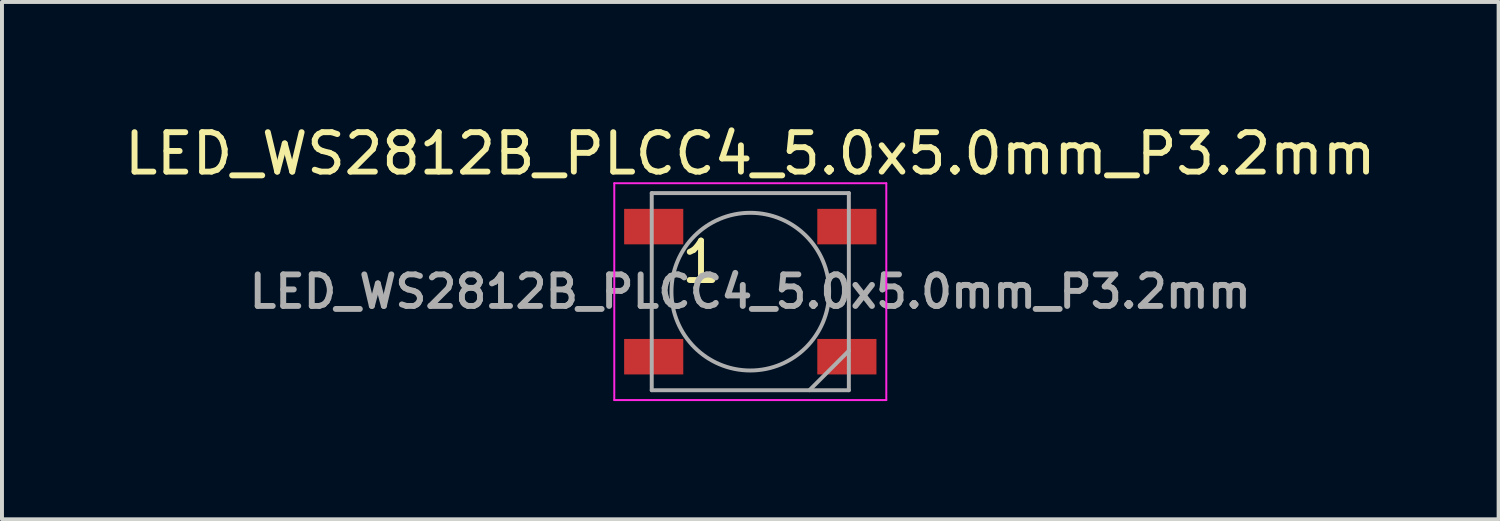
<source format=kicad_pcb>
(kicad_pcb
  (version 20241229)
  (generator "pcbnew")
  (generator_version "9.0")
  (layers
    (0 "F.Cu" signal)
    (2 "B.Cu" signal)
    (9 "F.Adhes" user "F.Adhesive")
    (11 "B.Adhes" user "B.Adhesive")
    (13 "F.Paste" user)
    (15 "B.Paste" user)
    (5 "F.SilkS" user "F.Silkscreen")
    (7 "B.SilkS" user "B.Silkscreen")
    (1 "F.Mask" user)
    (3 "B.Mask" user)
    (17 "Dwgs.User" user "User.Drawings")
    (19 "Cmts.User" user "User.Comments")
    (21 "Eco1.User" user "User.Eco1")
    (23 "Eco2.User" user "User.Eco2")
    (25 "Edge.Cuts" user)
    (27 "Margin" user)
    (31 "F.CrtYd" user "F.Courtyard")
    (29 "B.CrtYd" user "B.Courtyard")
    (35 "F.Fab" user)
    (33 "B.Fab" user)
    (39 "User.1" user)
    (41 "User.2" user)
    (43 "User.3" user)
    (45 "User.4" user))
  (footprint "LED_WS2812B_PLCC4_5.0x5.0mm_P3.2mm"
    (layer "F.Cu")
    (at 15.982 4.348)
    (property "Reference" "LED_WS2812B_PLCC4_5.0x5.0mm_P3.2mm" (at 0 -3.5 0) (layer "F.SilkS") (effects (font (size 1 1) (thickness 0.15))))
    (attr smd)
    (fp_line (start -3.45 -2.75) (end -3.45 2.75) (stroke (width 0.05) (type solid)) (layer "F.CrtYd"))
    (fp_line (start -3.45 2.75) (end 3.45 2.75) (stroke (width 0.05) (type solid)) (layer "F.CrtYd"))
    (fp_line (start 3.45 -2.75) (end -3.45 -2.75) (stroke (width 0.05) (type solid)) (layer "F.CrtYd"))
    (fp_line (start 3.45 2.75) (end 3.45 -2.75) (stroke (width 0.05) (type solid)) (layer "F.CrtYd"))
    (fp_line (start -2.5 -2.5) (end -2.5 2.5) (stroke (width 0.1) (type solid)) (layer "F.Fab"))
    (fp_line (start -2.5 2.5) (end 2.5 2.5) (stroke (width 0.1) (type solid)) (layer "F.Fab"))
    (fp_line (start 2.5 -2.5) (end -2.5 -2.5) (stroke (width 0.1) (type solid)) (layer "F.Fab"))
    (fp_line (start 2.5 1.5) (end 1.5 2.5) (stroke (width 0.1) (type solid)) (layer "F.Fab"))
    (fp_line (start 2.5 2.5) (end 2.5 -2.5) (stroke (width 0.1) (type solid)) (layer "F.Fab"))
    (fp_circle (center 0 0) (end 0 -2) (stroke (width 0.1) (type solid)) (fill no) (layer "F.Fab"))
    (fp_text user "1" (at -1.25 -0.75 0) (layer "F.SilkS") (effects (font (size 1 1) (thickness 0.15))))
    (fp_text user "${REFERENCE}" (at 0 0 0) (layer "F.Fab") (effects (font (size 0.8 0.8) (thickness 0.15))))
    (pad "1" smd rect (at -2.45 -1.65) (size 1.5 0.9) (layers "F.Cu" "F.Mask" "F.Paste"))
    (pad "2" smd rect (at -2.45 1.65) (size 1.5 0.9) (layers "F.Cu" "F.Mask" "F.Paste"))
    (pad "3" smd rect (at 2.45 1.65) (size 1.5 0.9) (layers "F.Cu" "F.Mask" "F.Paste"))
    (pad "4" smd rect (at 2.45 -1.65) (size 1.5 0.9) (layers "F.Cu" "F.Mask" "F.Paste")))
  (gr_rect
    (start -3 -3)
    (end 34.964 10.123)
    (stroke (width 0.1) (type default))
    (fill no)
    (layer "Edge.Cuts")))
</source>
